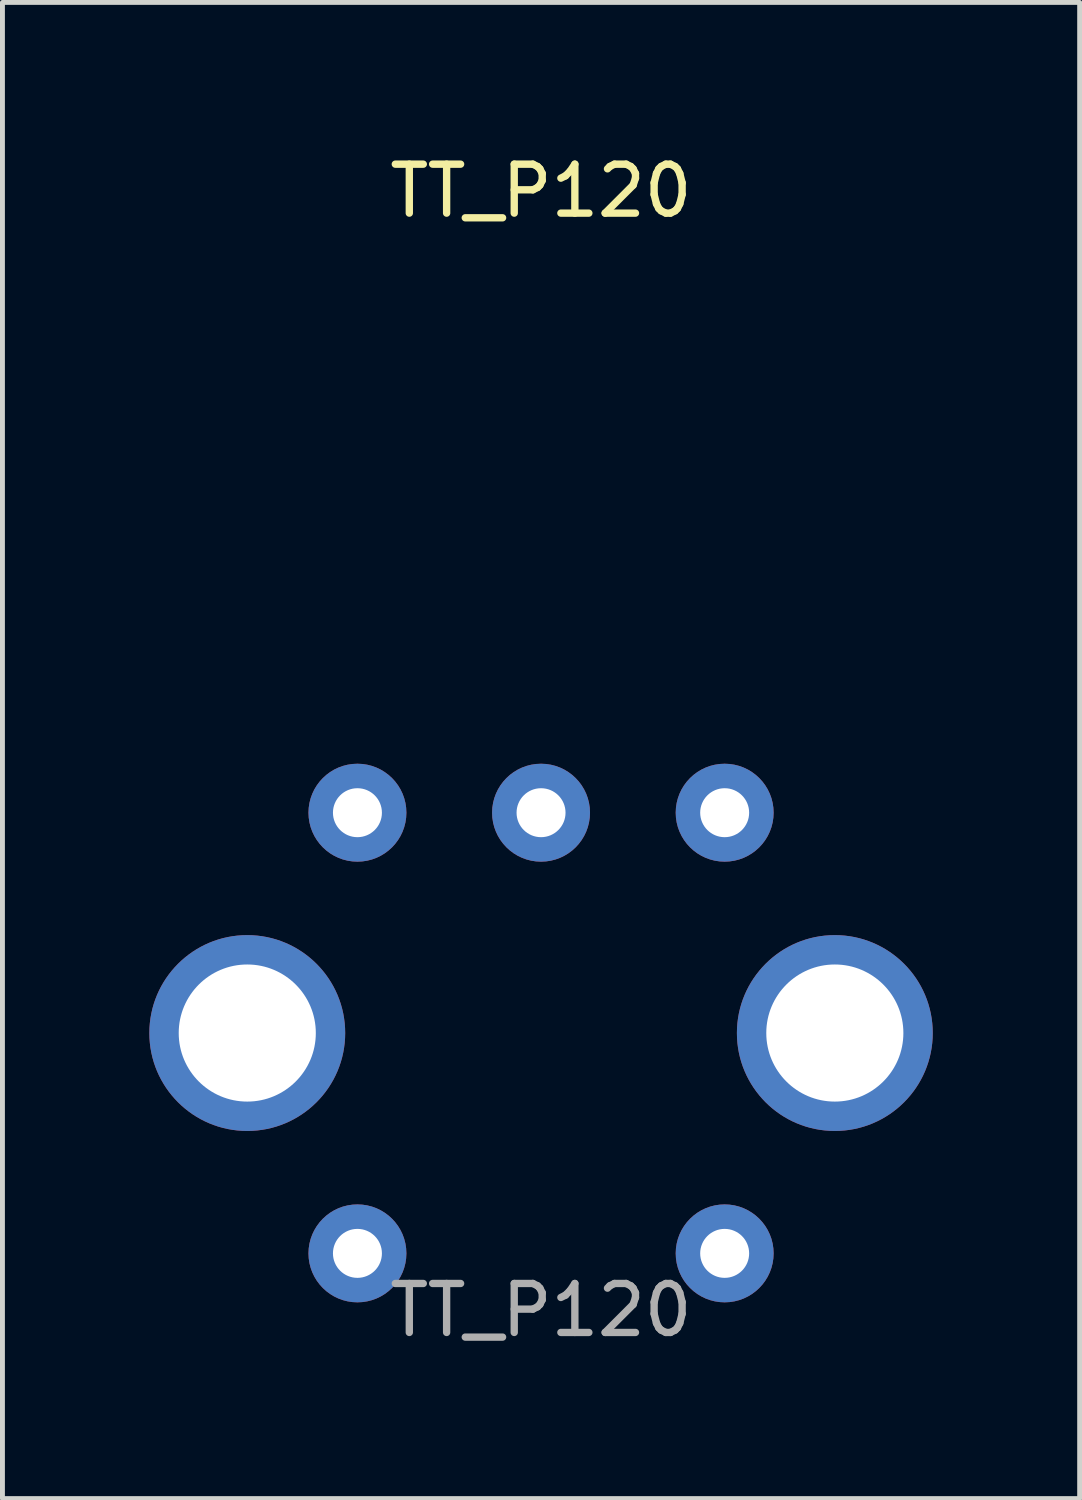
<source format=kicad_pcb>
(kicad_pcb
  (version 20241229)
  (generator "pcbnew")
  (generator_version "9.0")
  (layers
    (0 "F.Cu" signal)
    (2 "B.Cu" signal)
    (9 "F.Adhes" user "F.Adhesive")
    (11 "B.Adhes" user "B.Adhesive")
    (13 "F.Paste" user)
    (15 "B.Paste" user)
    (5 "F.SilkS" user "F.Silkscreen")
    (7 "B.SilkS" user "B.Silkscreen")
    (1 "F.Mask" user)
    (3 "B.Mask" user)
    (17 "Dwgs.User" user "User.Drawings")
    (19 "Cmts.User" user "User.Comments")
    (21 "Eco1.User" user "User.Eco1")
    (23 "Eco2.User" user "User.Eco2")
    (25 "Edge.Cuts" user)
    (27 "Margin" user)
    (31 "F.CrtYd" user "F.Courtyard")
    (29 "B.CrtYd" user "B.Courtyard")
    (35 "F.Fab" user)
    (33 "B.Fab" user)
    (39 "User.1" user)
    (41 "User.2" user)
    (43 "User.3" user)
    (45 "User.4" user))
  (footprint "TT_P120"
    (layer "F.Cu")
    (at 8 13.548)
    (property "Reference" "TT_P120" (at 0 -12.7 0) (unlocked yes) (layer "F.SilkS") (effects (font (size 1 1) (thickness 0.15))))
    (attr through_hole)
    (fp_text user "${REFERENCE}" (at 0 10.16 0) (unlocked yes) (layer "F.Fab") (effects (font (size 1 1) (thickness 0.15))))
    (pad "" thru_hole circle (at -6 4.5) (size 4 4) (drill 2.8) (layers "*.Cu" "*.Mask"))
    (pad "" thru_hole circle (at -3.75 9) (size 2 2) (drill 1) (layers "*.Cu" "*.Mask"))
    (pad "" thru_hole circle (at 3.75 9) (size 2 2) (drill 1) (layers "*.Cu" "*.Mask"))
    (pad "" thru_hole circle (at 6 4.5) (size 4 4) (drill 2.8) (layers "*.Cu" "*.Mask"))
    (pad "1" thru_hole circle (at -3.75 0) (size 2 2) (drill 1) (layers "*.Cu" "*.Mask"))
    (pad "2" thru_hole circle (at 0 0) (size 2 2) (drill 1) (layers "*.Cu" "*.Mask"))
    (pad "3" thru_hole circle (at 3.75 0) (size 2 2) (drill 1) (layers "*.Cu" "*.Mask")))
  (gr_rect
    (start -3 -3)
    (end 19 27.556)
    (stroke (width 0.1) (type default))
    (fill no)
    (layer "Edge.Cuts")))
</source>
